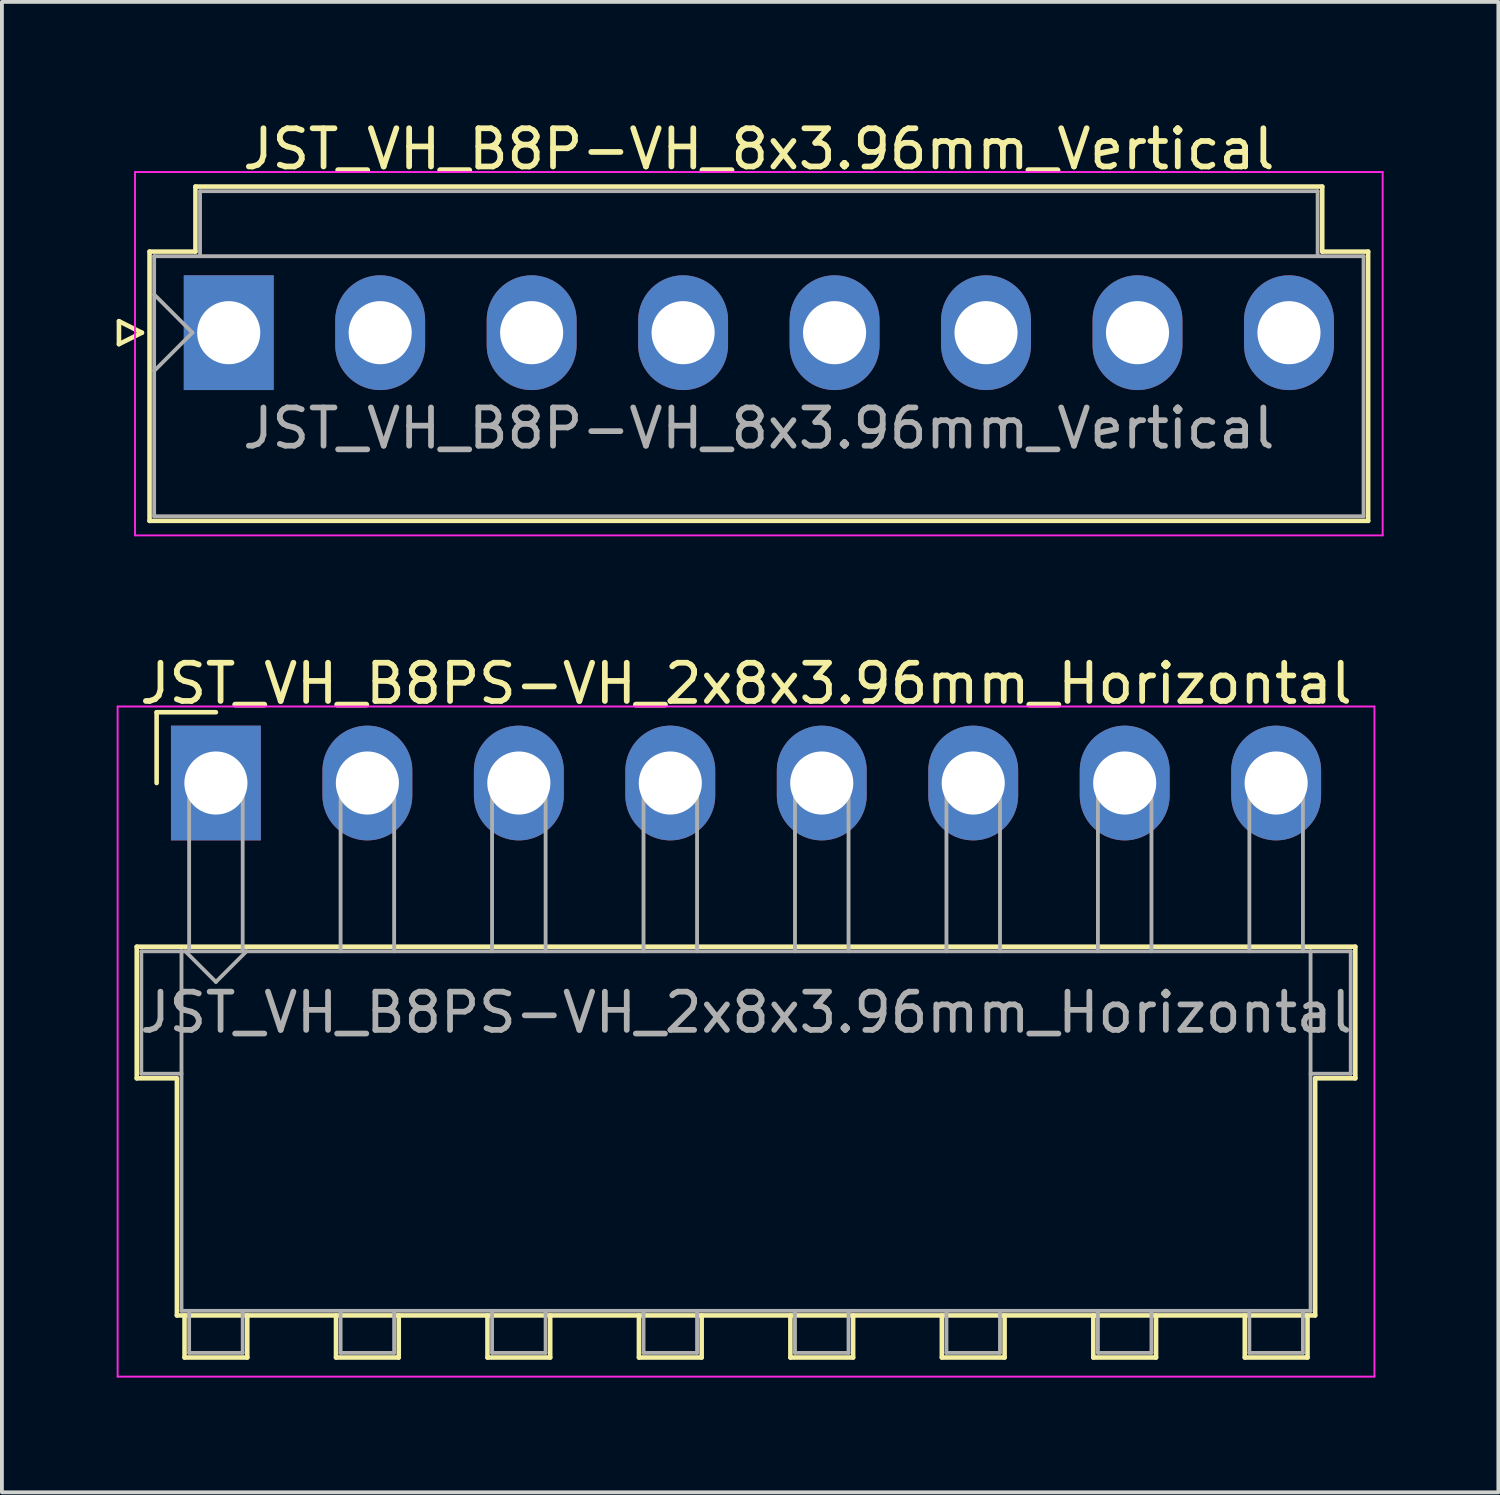
<source format=kicad_pcb>
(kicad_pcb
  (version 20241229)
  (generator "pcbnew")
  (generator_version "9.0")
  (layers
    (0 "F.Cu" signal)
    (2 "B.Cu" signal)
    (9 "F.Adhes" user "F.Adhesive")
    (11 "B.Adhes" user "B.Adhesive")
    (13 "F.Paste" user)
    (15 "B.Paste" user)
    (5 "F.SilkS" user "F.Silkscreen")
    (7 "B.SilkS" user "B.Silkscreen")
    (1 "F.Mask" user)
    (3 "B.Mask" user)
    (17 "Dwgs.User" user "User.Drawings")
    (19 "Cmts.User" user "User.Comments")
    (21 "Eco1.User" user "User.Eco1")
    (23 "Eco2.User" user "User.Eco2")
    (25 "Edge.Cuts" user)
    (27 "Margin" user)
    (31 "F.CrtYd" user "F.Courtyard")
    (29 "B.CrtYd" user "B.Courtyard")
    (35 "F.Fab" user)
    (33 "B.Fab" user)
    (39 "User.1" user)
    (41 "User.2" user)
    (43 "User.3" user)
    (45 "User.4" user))
  (footprint "JST_VH_B8P-VH_8x3.96mm_Vertical"
    (layer "F.Cu")
    (at 2.93 5.648)
    (property "Reference" "JST_VH_B8P-VH_8x3.96mm_Vertical" (at 13.86 -4.8 0) (layer "F.SilkS") (effects (font (size 1 1) (thickness 0.15))))
    (attr through_hole)
    (fp_line (start -2.87 -0.3) (end -2.27 0) (stroke (width 0.12) (type solid)) (layer "F.SilkS"))
    (fp_line (start -2.87 0.3) (end -2.87 -0.3) (stroke (width 0.12) (type solid)) (layer "F.SilkS"))
    (fp_line (start -2.27 0) (end -2.87 0.3) (stroke (width 0.12) (type solid)) (layer "F.SilkS"))
    (fp_line (start -2.07 -2.12) (end -0.87 -2.12) (stroke (width 0.12) (type solid)) (layer "F.SilkS"))
    (fp_line (start -2.07 4.92) (end -2.07 -2.12) (stroke (width 0.12) (type solid)) (layer "F.SilkS"))
    (fp_line (start -0.87 -3.82) (end 28.59 -3.82) (stroke (width 0.12) (type solid)) (layer "F.SilkS"))
    (fp_line (start -0.87 -2.12) (end -0.87 -3.82) (stroke (width 0.12) (type solid)) (layer "F.SilkS"))
    (fp_line (start 28.59 -3.82) (end 28.59 -2.12) (stroke (width 0.12) (type solid)) (layer "F.SilkS"))
    (fp_line (start 28.59 -2.12) (end 29.79 -2.12) (stroke (width 0.12) (type solid)) (layer "F.SilkS"))
    (fp_line (start 29.79 -2.12) (end 29.79 4.92) (stroke (width 0.12) (type solid)) (layer "F.SilkS"))
    (fp_line (start 29.79 4.92) (end -2.07 4.92) (stroke (width 0.12) (type solid)) (layer "F.SilkS"))
    (fp_line (start -2.45 -4.2) (end -2.45 5.3) (stroke (width 0.05) (type solid)) (layer "F.CrtYd"))
    (fp_line (start -2.45 5.3) (end 30.17 5.3) (stroke (width 0.05) (type solid)) (layer "F.CrtYd"))
    (fp_line (start 30.17 -4.2) (end -2.45 -4.2) (stroke (width 0.05) (type solid)) (layer "F.CrtYd"))
    (fp_line (start 30.17 5.3) (end 30.17 -4.2) (stroke (width 0.05) (type solid)) (layer "F.CrtYd"))
    (fp_line (start -1.95 -2) (end -1.95 4.8) (stroke (width 0.1) (type solid)) (layer "F.Fab"))
    (fp_line (start -1.95 -1) (end -0.95 0) (stroke (width 0.1) (type solid)) (layer "F.Fab"))
    (fp_line (start -1.95 1) (end -0.95 0) (stroke (width 0.1) (type solid)) (layer "F.Fab"))
    (fp_line (start -1.95 4.8) (end 29.67 4.8) (stroke (width 0.1) (type solid)) (layer "F.Fab"))
    (fp_line (start -0.75 -3.7) (end 28.47 -3.7) (stroke (width 0.1) (type solid)) (layer "F.Fab"))
    (fp_line (start -0.75 -2) (end -0.75 -3.7) (stroke (width 0.1) (type solid)) (layer "F.Fab"))
    (fp_line (start 28.47 -3.7) (end 28.47 -2) (stroke (width 0.1) (type solid)) (layer "F.Fab"))
    (fp_line (start 29.67 -2) (end -1.95 -2) (stroke (width 0.1) (type solid)) (layer "F.Fab"))
    (fp_line (start 29.67 4.8) (end 29.67 -2) (stroke (width 0.1) (type solid)) (layer "F.Fab"))
    (fp_text user "${REFERENCE}" (at 13.86 2.5 0) (layer "F.Fab") (effects (font (size 1 1) (thickness 0.15))))
    (pad "1" thru_hole rect (at 0 0) (size 2.35 3) (drill 1.65) (layers "*.Cu" "*.Mask"))
    (pad "2" thru_hole oval (at 3.96 0) (size 2.35 3) (drill 1.65) (layers "*.Cu" "*.Mask"))
    (pad "3" thru_hole oval (at 7.92 0) (size 2.35 3) (drill 1.65) (layers "*.Cu" "*.Mask"))
    (pad "4" thru_hole oval (at 11.88 0) (size 2.35 3) (drill 1.65) (layers "*.Cu" "*.Mask"))
    (pad "5" thru_hole oval (at 15.84 0) (size 2.35 3) (drill 1.65) (layers "*.Cu" "*.Mask"))
    (pad "6" thru_hole oval (at 19.8 0) (size 2.35 3) (drill 1.65) (layers "*.Cu" "*.Mask"))
    (pad "7" thru_hole oval (at 23.76 0) (size 2.35 3) (drill 1.65) (layers "*.Cu" "*.Mask"))
    (pad "8" thru_hole oval (at 27.72 0) (size 2.35 3) (drill 1.65) (layers "*.Cu" "*.Mask")))
  (footprint "JST_VH_B8PS-VH_2x8x3.96mm_Horizontal"
    (layer "F.Cu")
    (at 2.595 17.422)
    (property "Reference" "JST_VH_B8PS-VH_2x8x3.96mm_Horizontal" (at 13.86 -2.6 0) (layer "F.SilkS") (effects (font (size 1 1) (thickness 0.15))))
    (attr through_hole)
    (fp_line (start -2.07 4.28) (end 29.79 4.28) (stroke (width 0.12) (type solid)) (layer "F.SilkS"))
    (fp_line (start -2.07 7.72) (end -2.07 4.28) (stroke (width 0.12) (type solid)) (layer "F.SilkS"))
    (fp_line (start -1.55 -1.85) (end -1.55 0) (stroke (width 0.12) (type solid)) (layer "F.SilkS"))
    (fp_line (start -1.02 7.72) (end -2.07 7.72) (stroke (width 0.12) (type solid)) (layer "F.SilkS"))
    (fp_line (start -1.02 13.92) (end -1.02 7.72) (stroke (width 0.12) (type solid)) (layer "F.SilkS"))
    (fp_line (start -0.82 13.92) (end -0.82 15.02) (stroke (width 0.12) (type solid)) (layer "F.SilkS"))
    (fp_line (start -0.82 15.02) (end 0.82 15.02) (stroke (width 0.12) (type solid)) (layer "F.SilkS"))
    (fp_line (start 0 -1.85) (end -1.55 -1.85) (stroke (width 0.12) (type solid)) (layer "F.SilkS"))
    (fp_line (start 0.82 15.02) (end 0.82 13.92) (stroke (width 0.12) (type solid)) (layer "F.SilkS"))
    (fp_line (start 3.14 13.92) (end 3.14 15.02) (stroke (width 0.12) (type solid)) (layer "F.SilkS"))
    (fp_line (start 3.14 15.02) (end 4.78 15.02) (stroke (width 0.12) (type solid)) (layer "F.SilkS"))
    (fp_line (start 4.78 15.02) (end 4.78 13.92) (stroke (width 0.12) (type solid)) (layer "F.SilkS"))
    (fp_line (start 7.1 13.92) (end 7.1 15.02) (stroke (width 0.12) (type solid)) (layer "F.SilkS"))
    (fp_line (start 7.1 15.02) (end 8.74 15.02) (stroke (width 0.12) (type solid)) (layer "F.SilkS"))
    (fp_line (start 8.74 15.02) (end 8.74 13.92) (stroke (width 0.12) (type solid)) (layer "F.SilkS"))
    (fp_line (start 11.06 13.92) (end 11.06 15.02) (stroke (width 0.12) (type solid)) (layer "F.SilkS"))
    (fp_line (start 11.06 15.02) (end 12.7 15.02) (stroke (width 0.12) (type solid)) (layer "F.SilkS"))
    (fp_line (start 12.7 15.02) (end 12.7 13.92) (stroke (width 0.12) (type solid)) (layer "F.SilkS"))
    (fp_line (start 15.02 13.92) (end 15.02 15.02) (stroke (width 0.12) (type solid)) (layer "F.SilkS"))
    (fp_line (start 15.02 15.02) (end 16.66 15.02) (stroke (width 0.12) (type solid)) (layer "F.SilkS"))
    (fp_line (start 16.66 15.02) (end 16.66 13.92) (stroke (width 0.12) (type solid)) (layer "F.SilkS"))
    (fp_line (start 18.98 13.92) (end 18.98 15.02) (stroke (width 0.12) (type solid)) (layer "F.SilkS"))
    (fp_line (start 18.98 15.02) (end 20.62 15.02) (stroke (width 0.12) (type solid)) (layer "F.SilkS"))
    (fp_line (start 20.62 15.02) (end 20.62 13.92) (stroke (width 0.12) (type solid)) (layer "F.SilkS"))
    (fp_line (start 22.94 13.92) (end 22.94 15.02) (stroke (width 0.12) (type solid)) (layer "F.SilkS"))
    (fp_line (start 22.94 15.02) (end 24.58 15.02) (stroke (width 0.12) (type solid)) (layer "F.SilkS"))
    (fp_line (start 24.58 15.02) (end 24.58 13.92) (stroke (width 0.12) (type solid)) (layer "F.SilkS"))
    (fp_line (start 26.9 13.92) (end 26.9 15.02) (stroke (width 0.12) (type solid)) (layer "F.SilkS"))
    (fp_line (start 26.9 15.02) (end 28.54 15.02) (stroke (width 0.12) (type solid)) (layer "F.SilkS"))
    (fp_line (start 28.54 15.02) (end 28.54 13.92) (stroke (width 0.12) (type solid)) (layer "F.SilkS"))
    (fp_line (start 28.74 7.72) (end 28.74 13.92) (stroke (width 0.12) (type solid)) (layer "F.SilkS"))
    (fp_line (start 28.74 13.92) (end -1.02 13.92) (stroke (width 0.12) (type solid)) (layer "F.SilkS"))
    (fp_line (start 29.79 4.28) (end 29.79 7.72) (stroke (width 0.12) (type solid)) (layer "F.SilkS"))
    (fp_line (start 29.79 7.72) (end 28.74 7.72) (stroke (width 0.12) (type solid)) (layer "F.SilkS"))
    (fp_line (start -2.57 -2) (end -2.57 15.52) (stroke (width 0.05) (type solid)) (layer "F.CrtYd"))
    (fp_line (start -2.57 15.52) (end 30.29 15.52) (stroke (width 0.05) (type solid)) (layer "F.CrtYd"))
    (fp_line (start 30.29 -2) (end -2.57 -2) (stroke (width 0.05) (type solid)) (layer "F.CrtYd"))
    (fp_line (start 30.29 15.52) (end 30.29 -2) (stroke (width 0.05) (type solid)) (layer "F.CrtYd"))
    (fp_line (start -1.95 4.4) (end -0.9 4.4) (stroke (width 0.1) (type solid)) (layer "F.Fab"))
    (fp_line (start -1.95 7.6) (end -1.95 4.4) (stroke (width 0.1) (type solid)) (layer "F.Fab"))
    (fp_line (start -0.9 4.4) (end -0.9 13.8) (stroke (width 0.1) (type solid)) (layer "F.Fab"))
    (fp_line (start -0.9 7.6) (end -1.95 7.6) (stroke (width 0.1) (type solid)) (layer "F.Fab"))
    (fp_line (start -0.9 13.8) (end 28.62 13.8) (stroke (width 0.1) (type solid)) (layer "F.Fab"))
    (fp_line (start -0.8 4.4) (end 0 5.2) (stroke (width 0.1) (type solid)) (layer "F.Fab"))
    (fp_line (start -0.7 0) (end 0.7 0) (stroke (width 0.1) (type solid)) (layer "F.Fab"))
    (fp_line (start -0.7 4.4) (end -0.7 0) (stroke (width 0.1) (type solid)) (layer "F.Fab"))
    (fp_line (start -0.7 13.8) (end -0.7 14.9) (stroke (width 0.1) (type solid)) (layer "F.Fab"))
    (fp_line (start -0.7 14.9) (end 0.7 14.9) (stroke (width 0.1) (type solid)) (layer "F.Fab"))
    (fp_line (start 0 5.2) (end 0.8 4.4) (stroke (width 0.1) (type solid)) (layer "F.Fab"))
    (fp_line (start 0.7 0) (end 0.7 4.4) (stroke (width 0.1) (type solid)) (layer "F.Fab"))
    (fp_line (start 0.7 14.9) (end 0.7 13.8) (stroke (width 0.1) (type solid)) (layer "F.Fab"))
    (fp_line (start 3.26 0) (end 4.66 0) (stroke (width 0.1) (type solid)) (layer "F.Fab"))
    (fp_line (start 3.26 4.4) (end 3.26 0) (stroke (width 0.1) (type solid)) (layer "F.Fab"))
    (fp_line (start 3.26 13.8) (end 3.26 14.9) (stroke (width 0.1) (type solid)) (layer "F.Fab"))
    (fp_line (start 3.26 14.9) (end 4.66 14.9) (stroke (width 0.1) (type solid)) (layer "F.Fab"))
    (fp_line (start 4.66 0) (end 4.66 4.4) (stroke (width 0.1) (type solid)) (layer "F.Fab"))
    (fp_line (start 4.66 14.9) (end 4.66 13.8) (stroke (width 0.1) (type solid)) (layer "F.Fab"))
    (fp_line (start 7.22 0) (end 8.62 0) (stroke (width 0.1) (type solid)) (layer "F.Fab"))
    (fp_line (start 7.22 4.4) (end 7.22 0) (stroke (width 0.1) (type solid)) (layer "F.Fab"))
    (fp_line (start 7.22 13.8) (end 7.22 14.9) (stroke (width 0.1) (type solid)) (layer "F.Fab"))
    (fp_line (start 7.22 14.9) (end 8.62 14.9) (stroke (width 0.1) (type solid)) (layer "F.Fab"))
    (fp_line (start 8.62 0) (end 8.62 4.4) (stroke (width 0.1) (type solid)) (layer "F.Fab"))
    (fp_line (start 8.62 14.9) (end 8.62 13.8) (stroke (width 0.1) (type solid)) (layer "F.Fab"))
    (fp_line (start 11.18 0) (end 12.58 0) (stroke (width 0.1) (type solid)) (layer "F.Fab"))
    (fp_line (start 11.18 4.4) (end 11.18 0) (stroke (width 0.1) (type solid)) (layer "F.Fab"))
    (fp_line (start 11.18 13.8) (end 11.18 14.9) (stroke (width 0.1) (type solid)) (layer "F.Fab"))
    (fp_line (start 11.18 14.9) (end 12.58 14.9) (stroke (width 0.1) (type solid)) (layer "F.Fab"))
    (fp_line (start 12.58 0) (end 12.58 4.4) (stroke (width 0.1) (type solid)) (layer "F.Fab"))
    (fp_line (start 12.58 14.9) (end 12.58 13.8) (stroke (width 0.1) (type solid)) (layer "F.Fab"))
    (fp_line (start 15.14 0) (end 16.54 0) (stroke (width 0.1) (type solid)) (layer "F.Fab"))
    (fp_line (start 15.14 4.4) (end 15.14 0) (stroke (width 0.1) (type solid)) (layer "F.Fab"))
    (fp_line (start 15.14 13.8) (end 15.14 14.9) (stroke (width 0.1) (type solid)) (layer "F.Fab"))
    (fp_line (start 15.14 14.9) (end 16.54 14.9) (stroke (width 0.1) (type solid)) (layer "F.Fab"))
    (fp_line (start 16.54 0) (end 16.54 4.4) (stroke (width 0.1) (type solid)) (layer "F.Fab"))
    (fp_line (start 16.54 14.9) (end 16.54 13.8) (stroke (width 0.1) (type solid)) (layer "F.Fab"))
    (fp_line (start 19.1 0) (end 20.5 0) (stroke (width 0.1) (type solid)) (layer "F.Fab"))
    (fp_line (start 19.1 4.4) (end 19.1 0) (stroke (width 0.1) (type solid)) (layer "F.Fab"))
    (fp_line (start 19.1 13.8) (end 19.1 14.9) (stroke (width 0.1) (type solid)) (layer "F.Fab"))
    (fp_line (start 19.1 14.9) (end 20.5 14.9) (stroke (width 0.1) (type solid)) (layer "F.Fab"))
    (fp_line (start 20.5 0) (end 20.5 4.4) (stroke (width 0.1) (type solid)) (layer "F.Fab"))
    (fp_line (start 20.5 14.9) (end 20.5 13.8) (stroke (width 0.1) (type solid)) (layer "F.Fab"))
    (fp_line (start 23.06 0) (end 24.46 0) (stroke (width 0.1) (type solid)) (layer "F.Fab"))
    (fp_line (start 23.06 4.4) (end 23.06 0) (stroke (width 0.1) (type solid)) (layer "F.Fab"))
    (fp_line (start 23.06 13.8) (end 23.06 14.9) (stroke (width 0.1) (type solid)) (layer "F.Fab"))
    (fp_line (start 23.06 14.9) (end 24.46 14.9) (stroke (width 0.1) (type solid)) (layer "F.Fab"))
    (fp_line (start 24.46 0) (end 24.46 4.4) (stroke (width 0.1) (type solid)) (layer "F.Fab"))
    (fp_line (start 24.46 14.9) (end 24.46 13.8) (stroke (width 0.1) (type solid)) (layer "F.Fab"))
    (fp_line (start 27.02 0) (end 28.42 0) (stroke (width 0.1) (type solid)) (layer "F.Fab"))
    (fp_line (start 27.02 4.4) (end 27.02 0) (stroke (width 0.1) (type solid)) (layer "F.Fab"))
    (fp_line (start 27.02 13.8) (end 27.02 14.9) (stroke (width 0.1) (type solid)) (layer "F.Fab"))
    (fp_line (start 27.02 14.9) (end 28.42 14.9) (stroke (width 0.1) (type solid)) (layer "F.Fab"))
    (fp_line (start 28.42 0) (end 28.42 4.4) (stroke (width 0.1) (type solid)) (layer "F.Fab"))
    (fp_line (start 28.42 14.9) (end 28.42 13.8) (stroke (width 0.1) (type solid)) (layer "F.Fab"))
    (fp_line (start 28.62 4.4) (end -0.9 4.4) (stroke (width 0.1) (type solid)) (layer "F.Fab"))
    (fp_line (start 28.62 4.4) (end 29.67 4.4) (stroke (width 0.1) (type solid)) (layer "F.Fab"))
    (fp_line (start 28.62 13.8) (end 28.62 4.4) (stroke (width 0.1) (type solid)) (layer "F.Fab"))
    (fp_line (start 29.67 4.4) (end 29.67 7.6) (stroke (width 0.1) (type solid)) (layer "F.Fab"))
    (fp_line (start 29.67 7.6) (end 28.62 7.6) (stroke (width 0.1) (type solid)) (layer "F.Fab"))
    (fp_text user "${REFERENCE}" (at 13.86 6 0) (layer "F.Fab") (effects (font (size 1 1) (thickness 0.15))))
    (pad "1" thru_hole rect (at 0 0) (size 2.35 3) (drill 1.65) (layers "*.Cu" "*.Mask"))
    (pad "2" thru_hole oval (at 3.96 0) (size 2.35 3) (drill 1.65) (layers "*.Cu" "*.Mask"))
    (pad "3" thru_hole oval (at 7.92 0) (size 2.35 3) (drill 1.65) (layers "*.Cu" "*.Mask"))
    (pad "4" thru_hole oval (at 11.88 0) (size 2.35 3) (drill 1.65) (layers "*.Cu" "*.Mask"))
    (pad "5" thru_hole oval (at 15.84 0) (size 2.35 3) (drill 1.65) (layers "*.Cu" "*.Mask"))
    (pad "6" thru_hole oval (at 19.8 0) (size 2.35 3) (drill 1.65) (layers "*.Cu" "*.Mask"))
    (pad "7" thru_hole oval (at 23.76 0) (size 2.35 3) (drill 1.65) (layers "*.Cu" "*.Mask"))
    (pad "8" thru_hole oval (at 27.72 0) (size 2.35 3) (drill 1.65) (layers "*.Cu" "*.Mask")))
  (gr_rect
    (start -3 -3)
    (end 36.125 35.967)
    (stroke (width 0.1) (type default))
    (fill no)
    (layer "Edge.Cuts")))
</source>
